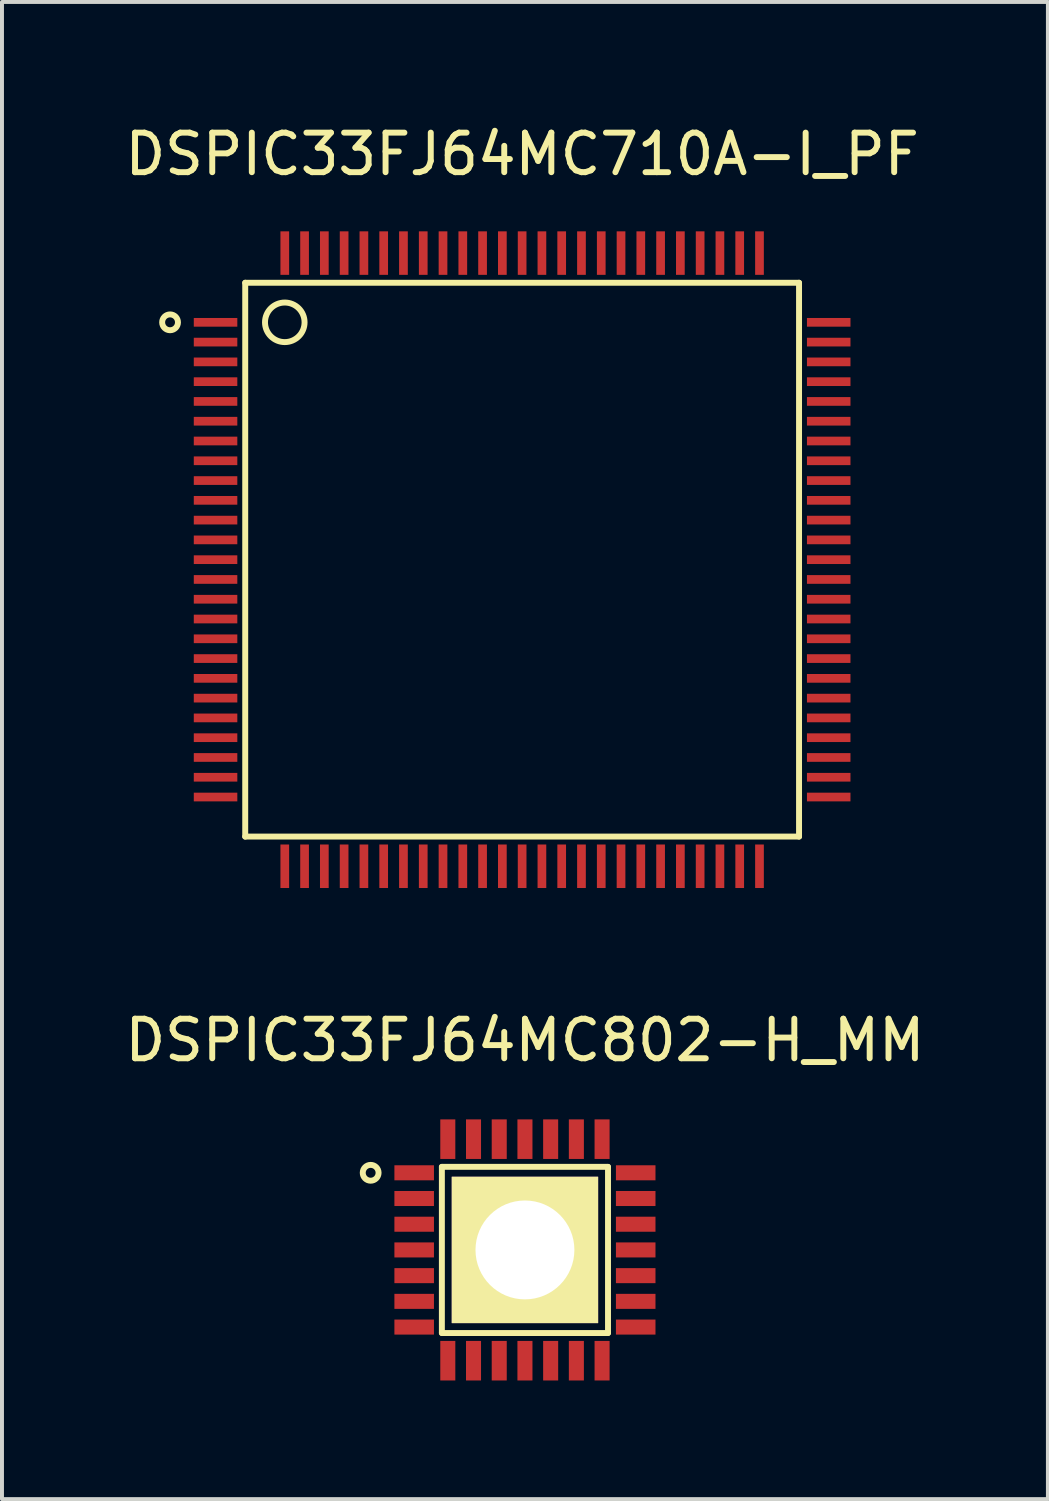
<source format=kicad_pcb>
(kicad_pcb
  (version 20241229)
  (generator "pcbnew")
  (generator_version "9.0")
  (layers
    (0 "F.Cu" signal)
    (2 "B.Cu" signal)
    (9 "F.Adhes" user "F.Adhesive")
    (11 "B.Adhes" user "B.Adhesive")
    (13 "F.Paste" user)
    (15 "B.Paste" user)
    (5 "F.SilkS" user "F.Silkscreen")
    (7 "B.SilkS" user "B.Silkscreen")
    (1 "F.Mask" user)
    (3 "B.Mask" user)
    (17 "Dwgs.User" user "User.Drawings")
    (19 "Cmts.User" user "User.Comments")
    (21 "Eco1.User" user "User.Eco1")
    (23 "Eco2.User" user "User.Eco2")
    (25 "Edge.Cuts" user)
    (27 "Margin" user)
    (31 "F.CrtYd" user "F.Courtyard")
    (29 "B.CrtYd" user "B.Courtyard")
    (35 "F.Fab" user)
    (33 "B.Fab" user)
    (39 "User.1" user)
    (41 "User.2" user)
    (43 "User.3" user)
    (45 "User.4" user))
  (footprint "DSPIC33FJ64MC802-H_MM"
    (layer "F.Cu")
    (at 7.42 25.747)
    (property "Reference" "DSPIC33FJ64MC802-H_MM" (at 2.8 -2.5 0) (layer "F.SilkS") (effects (font (size 1 1) (thickness 0.15))))
    (attr through_hole)
    (fp_line (start 0.7 0.7) (end 0.7 4.9) (stroke (width 0.15) (type solid)) (layer "F.SilkS"))
    (fp_line (start 0.7 0.7) (end 4.9 0.7) (stroke (width 0.15) (type solid)) (layer "F.SilkS"))
    (fp_line (start 0.7 4.9) (end 4.9 4.9) (stroke (width 0.15) (type solid)) (layer "F.SilkS"))
    (fp_line (start 4.9 4.9) (end 4.9 0.7) (stroke (width 0.15) (type solid)) (layer "F.SilkS"))
    (fp_circle (center -1.1 0.85) (end -1.1 0.65) (stroke (width 0.15) (type solid)) (fill no) (layer "F.SilkS"))
    (fp_circle (center 1.7 1.7) (end 1.7 1.2) (stroke (width 0.15) (type solid)) (fill no) (layer "F.SilkS"))
    (pad "1" smd rect (at 0 0.85) (size 1 0.38) (layers "F.Cu" "F.Mask" "F.Paste"))
    (pad "2" smd rect (at 0 1.5) (size 1 0.38) (layers "F.Cu" "F.Mask" "F.Paste"))
    (pad "3" smd rect (at 0 2.15) (size 1 0.38) (layers "F.Cu" "F.Mask" "F.Paste"))
    (pad "4" smd rect (at 0 2.8) (size 1 0.38) (layers "F.Cu" "F.Mask" "F.Paste"))
    (pad "5" smd rect (at 0 3.45) (size 1 0.38) (layers "F.Cu" "F.Mask" "F.Paste"))
    (pad "6" smd rect (at 0 4.1) (size 1 0.38) (layers "F.Cu" "F.Mask" "F.Paste"))
    (pad "7" smd rect (at 0 4.75) (size 1 0.38) (layers "F.Cu" "F.Mask" "F.Paste"))
    (pad "8" smd rect (at 0.85 5.6) (size 0.38 1) (layers "F.Cu" "F.Mask" "F.Paste"))
    (pad "9" smd rect (at 1.5 5.6) (size 0.38 1) (layers "F.Cu" "F.Mask" "F.Paste"))
    (pad "10" smd rect (at 2.15 5.6) (size 0.38 1) (layers "F.Cu" "F.Mask" "F.Paste"))
    (pad "11" smd rect (at 2.8 5.6) (size 0.38 1) (layers "F.Cu" "F.Mask" "F.Paste"))
    (pad "12" smd rect (at 3.45 5.6) (size 0.38 1) (layers "F.Cu" "F.Mask" "F.Paste"))
    (pad "13" smd rect (at 4.1 5.6) (size 0.38 1) (layers "F.Cu" "F.Mask" "F.Paste"))
    (pad "14" smd rect (at 4.75 5.6) (size 0.38 1) (layers "F.Cu" "F.Mask" "F.Paste"))
    (pad "15" smd rect (at 5.6 4.75) (size 1 0.38) (layers "F.Cu" "F.Mask" "F.Paste"))
    (pad "16" smd rect (at 5.6 4.1) (size 1 0.38) (layers "F.Cu" "F.Mask" "F.Paste"))
    (pad "17" smd rect (at 5.6 3.45) (size 1 0.38) (layers "F.Cu" "F.Mask" "F.Paste"))
    (pad "18" smd rect (at 5.6 2.8) (size 1 0.38) (layers "F.Cu" "F.Mask" "F.Paste"))
    (pad "19" smd rect (at 5.6 2.15) (size 1 0.38) (layers "F.Cu" "F.Mask" "F.Paste"))
    (pad "20" smd rect (at 5.6 1.5) (size 1 0.38) (layers "F.Cu" "F.Mask" "F.Paste"))
    (pad "21" smd rect (at 5.6 0.85) (size 1 0.38) (layers "F.Cu" "F.Mask" "F.Paste"))
    (pad "22" smd rect (at 4.75 0) (size 0.38 1) (layers "F.Cu" "F.Mask" "F.Paste"))
    (pad "23" smd rect (at 4.1 0) (size 0.38 1) (layers "F.Cu" "F.Mask" "F.Paste"))
    (pad "24" smd rect (at 3.45 0) (size 0.38 1) (layers "F.Cu" "F.Mask" "F.Paste"))
    (pad "25" smd rect (at 2.8 0) (size 0.38 1) (layers "F.Cu" "F.Mask" "F.Paste"))
    (pad "26" smd rect (at 2.15 0) (size 0.38 1) (layers "F.Cu" "F.Mask" "F.Paste"))
    (pad "27" smd rect (at 1.5 0) (size 0.38 1) (layers "F.Cu" "F.Mask" "F.Paste"))
    (pad "28" smd rect (at 0.85 0) (size 0.38 1) (layers "F.Cu" "F.Mask" "F.Paste"))
    (pad "999" thru_hole rect (at 2.8 2.8) (size 3.7 3.7) (drill 2.5) (layers "*.Cu" "*.Mask" "F.SilkS")))
  (footprint "DSPIC33FJ64MC710A-I_PF"
    (layer "F.Cu")
    (at 2.399 3.348)
    (property "Reference" "DSPIC33FJ64MC710A-I_PF" (at 7.75 -2.5 0) (layer "F.SilkS") (effects (font (size 1 1) (thickness 0.15))))
    (attr through_hole)
    (fp_line (start 0.75 0.75) (end 0.75 14.75) (stroke (width 0.15) (type solid)) (layer "F.SilkS"))
    (fp_line (start 0.75 0.75) (end 14.75 0.75) (stroke (width 0.15) (type solid)) (layer "F.SilkS"))
    (fp_line (start 0.75 14.75) (end 14.75 14.75) (stroke (width 0.15) (type solid)) (layer "F.SilkS"))
    (fp_line (start 14.75 14.75) (end 14.75 0.75) (stroke (width 0.15) (type solid)) (layer "F.SilkS"))
    (fp_circle (center -1.15 1.75) (end -1.15 1.55) (stroke (width 0.15) (type solid)) (fill no) (layer "F.SilkS"))
    (fp_circle (center 1.75 1.75) (end 1.75 1.25) (stroke (width 0.15) (type solid)) (fill no) (layer "F.SilkS"))
    (pad "1" smd rect (at 0 1.75) (size 1.1 0.22) (layers "F.Cu" "F.Mask" "F.Paste"))
    (pad "2" smd rect (at 0 2.25) (size 1.1 0.22) (layers "F.Cu" "F.Mask" "F.Paste"))
    (pad "3" smd rect (at 0 2.75) (size 1.1 0.22) (layers "F.Cu" "F.Mask" "F.Paste"))
    (pad "4" smd rect (at 0 3.25) (size 1.1 0.22) (layers "F.Cu" "F.Mask" "F.Paste"))
    (pad "5" smd rect (at 0 3.75) (size 1.1 0.22) (layers "F.Cu" "F.Mask" "F.Paste"))
    (pad "6" smd rect (at 0 4.25) (size 1.1 0.22) (layers "F.Cu" "F.Mask" "F.Paste"))
    (pad "7" smd rect (at 0 4.75) (size 1.1 0.22) (layers "F.Cu" "F.Mask" "F.Paste"))
    (pad "8" smd rect (at 0 5.25) (size 1.1 0.22) (layers "F.Cu" "F.Mask" "F.Paste"))
    (pad "9" smd rect (at 0 5.75) (size 1.1 0.22) (layers "F.Cu" "F.Mask" "F.Paste"))
    (pad "10" smd rect (at 0 6.25) (size 1.1 0.22) (layers "F.Cu" "F.Mask" "F.Paste"))
    (pad "11" smd rect (at 0 6.75) (size 1.1 0.22) (layers "F.Cu" "F.Mask" "F.Paste"))
    (pad "12" smd rect (at 0 7.25) (size 1.1 0.22) (layers "F.Cu" "F.Mask" "F.Paste"))
    (pad "13" smd rect (at 0 7.75) (size 1.1 0.22) (layers "F.Cu" "F.Mask" "F.Paste"))
    (pad "14" smd rect (at 0 8.25) (size 1.1 0.22) (layers "F.Cu" "F.Mask" "F.Paste"))
    (pad "15" smd rect (at 0 8.75) (size 1.1 0.22) (layers "F.Cu" "F.Mask" "F.Paste"))
    (pad "16" smd rect (at 0 9.25) (size 1.1 0.22) (layers "F.Cu" "F.Mask" "F.Paste"))
    (pad "17" smd rect (at 0 9.75) (size 1.1 0.22) (layers "F.Cu" "F.Mask" "F.Paste"))
    (pad "18" smd rect (at 0 10.25) (size 1.1 0.22) (layers "F.Cu" "F.Mask" "F.Paste"))
    (pad "19" smd rect (at 0 10.75) (size 1.1 0.22) (layers "F.Cu" "F.Mask" "F.Paste"))
    (pad "20" smd rect (at 0 11.25) (size 1.1 0.22) (layers "F.Cu" "F.Mask" "F.Paste"))
    (pad "21" smd rect (at 0 11.75) (size 1.1 0.22) (layers "F.Cu" "F.Mask" "F.Paste"))
    (pad "22" smd rect (at 0 12.25) (size 1.1 0.22) (layers "F.Cu" "F.Mask" "F.Paste"))
    (pad "23" smd rect (at 0 12.75) (size 1.1 0.22) (layers "F.Cu" "F.Mask" "F.Paste"))
    (pad "24" smd rect (at 0 13.25) (size 1.1 0.22) (layers "F.Cu" "F.Mask" "F.Paste"))
    (pad "25" smd rect (at 0 13.75) (size 1.1 0.22) (layers "F.Cu" "F.Mask" "F.Paste"))
    (pad "26" smd rect (at 1.75 15.5) (size 0.22 1.1) (layers "F.Cu" "F.Mask" "F.Paste"))
    (pad "27" smd rect (at 2.25 15.5) (size 0.22 1.1) (layers "F.Cu" "F.Mask" "F.Paste"))
    (pad "28" smd rect (at 2.75 15.5) (size 0.22 1.1) (layers "F.Cu" "F.Mask" "F.Paste"))
    (pad "29" smd rect (at 3.25 15.5) (size 0.22 1.1) (layers "F.Cu" "F.Mask" "F.Paste"))
    (pad "30" smd rect (at 3.75 15.5) (size 0.22 1.1) (layers "F.Cu" "F.Mask" "F.Paste"))
    (pad "31" smd rect (at 4.25 15.5) (size 0.22 1.1) (layers "F.Cu" "F.Mask" "F.Paste"))
    (pad "32" smd rect (at 4.75 15.5) (size 0.22 1.1) (layers "F.Cu" "F.Mask" "F.Paste"))
    (pad "33" smd rect (at 5.25 15.5) (size 0.22 1.1) (layers "F.Cu" "F.Mask" "F.Paste"))
    (pad "34" smd rect (at 5.75 15.5) (size 0.22 1.1) (layers "F.Cu" "F.Mask" "F.Paste"))
    (pad "35" smd rect (at 6.25 15.5) (size 0.22 1.1) (layers "F.Cu" "F.Mask" "F.Paste"))
    (pad "36" smd rect (at 6.75 15.5) (size 0.22 1.1) (layers "F.Cu" "F.Mask" "F.Paste"))
    (pad "37" smd rect (at 7.25 15.5) (size 0.22 1.1) (layers "F.Cu" "F.Mask" "F.Paste"))
    (pad "38" smd rect (at 7.75 15.5) (size 0.22 1.1) (layers "F.Cu" "F.Mask" "F.Paste"))
    (pad "39" smd rect (at 8.25 15.5) (size 0.22 1.1) (layers "F.Cu" "F.Mask" "F.Paste"))
    (pad "40" smd rect (at 8.75 15.5) (size 0.22 1.1) (layers "F.Cu" "F.Mask" "F.Paste"))
    (pad "41" smd rect (at 9.25 15.5) (size 0.22 1.1) (layers "F.Cu" "F.Mask" "F.Paste"))
    (pad "42" smd rect (at 9.75 15.5) (size 0.22 1.1) (layers "F.Cu" "F.Mask" "F.Paste"))
    (pad "43" smd rect (at 10.25 15.5) (size 0.22 1.1) (layers "F.Cu" "F.Mask" "F.Paste"))
    (pad "44" smd rect (at 10.75 15.5) (size 0.22 1.1) (layers "F.Cu" "F.Mask" "F.Paste"))
    (pad "45" smd rect (at 11.25 15.5) (size 0.22 1.1) (layers "F.Cu" "F.Mask" "F.Paste"))
    (pad "46" smd rect (at 11.75 15.5) (size 0.22 1.1) (layers "F.Cu" "F.Mask" "F.Paste"))
    (pad "47" smd rect (at 12.25 15.5) (size 0.22 1.1) (layers "F.Cu" "F.Mask" "F.Paste"))
    (pad "48" smd rect (at 12.75 15.5) (size 0.22 1.1) (layers "F.Cu" "F.Mask" "F.Paste"))
    (pad "49" smd rect (at 13.25 15.5) (size 0.22 1.1) (layers "F.Cu" "F.Mask" "F.Paste"))
    (pad "50" smd rect (at 13.75 15.5) (size 0.22 1.1) (layers "F.Cu" "F.Mask" "F.Paste"))
    (pad "51" smd rect (at 15.5 13.75) (size 1.1 0.22) (layers "F.Cu" "F.Mask" "F.Paste"))
    (pad "52" smd rect (at 15.5 13.25) (size 1.1 0.22) (layers "F.Cu" "F.Mask" "F.Paste"))
    (pad "53" smd rect (at 15.5 12.75) (size 1.1 0.22) (layers "F.Cu" "F.Mask" "F.Paste"))
    (pad "54" smd rect (at 15.5 12.25) (size 1.1 0.22) (layers "F.Cu" "F.Mask" "F.Paste"))
    (pad "55" smd rect (at 15.5 11.75) (size 1.1 0.22) (layers "F.Cu" "F.Mask" "F.Paste"))
    (pad "56" smd rect (at 15.5 11.25) (size 1.1 0.22) (layers "F.Cu" "F.Mask" "F.Paste"))
    (pad "57" smd rect (at 15.5 10.75) (size 1.1 0.22) (layers "F.Cu" "F.Mask" "F.Paste"))
    (pad "58" smd rect (at 15.5 10.25) (size 1.1 0.22) (layers "F.Cu" "F.Mask" "F.Paste"))
    (pad "59" smd rect (at 15.5 9.75) (size 1.1 0.22) (layers "F.Cu" "F.Mask" "F.Paste"))
    (pad "60" smd rect (at 15.5 9.25) (size 1.1 0.22) (layers "F.Cu" "F.Mask" "F.Paste"))
    (pad "61" smd rect (at 15.5 8.75) (size 1.1 0.22) (layers "F.Cu" "F.Mask" "F.Paste"))
    (pad "62" smd rect (at 15.5 8.25) (size 1.1 0.22) (layers "F.Cu" "F.Mask" "F.Paste"))
    (pad "63" smd rect (at 15.5 7.75) (size 1.1 0.22) (layers "F.Cu" "F.Mask" "F.Paste"))
    (pad "64" smd rect (at 15.5 7.25) (size 1.1 0.22) (layers "F.Cu" "F.Mask" "F.Paste"))
    (pad "65" smd rect (at 15.5 6.75) (size 1.1 0.22) (layers "F.Cu" "F.Mask" "F.Paste"))
    (pad "66" smd rect (at 15.5 6.25) (size 1.1 0.22) (layers "F.Cu" "F.Mask" "F.Paste"))
    (pad "67" smd rect (at 15.5 5.75) (size 1.1 0.22) (layers "F.Cu" "F.Mask" "F.Paste"))
    (pad "68" smd rect (at 15.5 5.25) (size 1.1 0.22) (layers "F.Cu" "F.Mask" "F.Paste"))
    (pad "69" smd rect (at 15.5 4.75) (size 1.1 0.22) (layers "F.Cu" "F.Mask" "F.Paste"))
    (pad "70" smd rect (at 15.5 4.25) (size 1.1 0.22) (layers "F.Cu" "F.Mask" "F.Paste"))
    (pad "71" smd rect (at 15.5 3.75) (size 1.1 0.22) (layers "F.Cu" "F.Mask" "F.Paste"))
    (pad "72" smd rect (at 15.5 3.25) (size 1.1 0.22) (layers "F.Cu" "F.Mask" "F.Paste"))
    (pad "73" smd rect (at 15.5 2.75) (size 1.1 0.22) (layers "F.Cu" "F.Mask" "F.Paste"))
    (pad "74" smd rect (at 15.5 2.25) (size 1.1 0.22) (layers "F.Cu" "F.Mask" "F.Paste"))
    (pad "75" smd rect (at 15.5 1.75) (size 1.1 0.22) (layers "F.Cu" "F.Mask" "F.Paste"))
    (pad "76" smd rect (at 13.75 0) (size 0.22 1.1) (layers "F.Cu" "F.Mask" "F.Paste"))
    (pad "77" smd rect (at 13.25 0) (size 0.22 1.1) (layers "F.Cu" "F.Mask" "F.Paste"))
    (pad "78" smd rect (at 12.75 0) (size 0.22 1.1) (layers "F.Cu" "F.Mask" "F.Paste"))
    (pad "79" smd rect (at 12.25 0) (size 0.22 1.1) (layers "F.Cu" "F.Mask" "F.Paste"))
    (pad "80" smd rect (at 11.75 0) (size 0.22 1.1) (layers "F.Cu" "F.Mask" "F.Paste"))
    (pad "81" smd rect (at 11.25 0) (size 0.22 1.1) (layers "F.Cu" "F.Mask" "F.Paste"))
    (pad "82" smd rect (at 10.75 0) (size 0.22 1.1) (layers "F.Cu" "F.Mask" "F.Paste"))
    (pad "83" smd rect (at 10.25 0) (size 0.22 1.1) (layers "F.Cu" "F.Mask" "F.Paste"))
    (pad "84" smd rect (at 9.75 0) (size 0.22 1.1) (layers "F.Cu" "F.Mask" "F.Paste"))
    (pad "85" smd rect (at 9.25 0) (size 0.22 1.1) (layers "F.Cu" "F.Mask" "F.Paste"))
    (pad "86" smd rect (at 8.75 0) (size 0.22 1.1) (layers "F.Cu" "F.Mask" "F.Paste"))
    (pad "87" smd rect (at 8.25 0) (size 0.22 1.1) (layers "F.Cu" "F.Mask" "F.Paste"))
    (pad "88" smd rect (at 7.75 0) (size 0.22 1.1) (layers "F.Cu" "F.Mask" "F.Paste"))
    (pad "89" smd rect (at 7.25 0) (size 0.22 1.1) (layers "F.Cu" "F.Mask" "F.Paste"))
    (pad "90" smd rect (at 6.75 0) (size 0.22 1.1) (layers "F.Cu" "F.Mask" "F.Paste"))
    (pad "91" smd rect (at 6.25 0) (size 0.22 1.1) (layers "F.Cu" "F.Mask" "F.Paste"))
    (pad "92" smd rect (at 5.75 0) (size 0.22 1.1) (layers "F.Cu" "F.Mask" "F.Paste"))
    (pad "93" smd rect (at 5.25 0) (size 0.22 1.1) (layers "F.Cu" "F.Mask" "F.Paste"))
    (pad "94" smd rect (at 4.75 0) (size 0.22 1.1) (layers "F.Cu" "F.Mask" "F.Paste"))
    (pad "95" smd rect (at 4.25 0) (size 0.22 1.1) (layers "F.Cu" "F.Mask" "F.Paste"))
    (pad "96" smd rect (at 3.75 0) (size 0.22 1.1) (layers "F.Cu" "F.Mask" "F.Paste"))
    (pad "97" smd rect (at 3.25 0) (size 0.22 1.1) (layers "F.Cu" "F.Mask" "F.Paste"))
    (pad "98" smd rect (at 2.75 0) (size 0.22 1.1) (layers "F.Cu" "F.Mask" "F.Paste"))
    (pad "99" smd rect (at 2.25 0) (size 0.22 1.1) (layers "F.Cu" "F.Mask" "F.Paste"))
    (pad "100" smd rect (at 1.75 0) (size 0.22 1.1) (layers "F.Cu" "F.Mask" "F.Paste")))
  (gr_rect
    (start -3 -3)
    (end 23.44 34.846)
    (stroke (width 0.1) (type default))
    (fill no)
    (layer "Edge.Cuts")))
</source>
